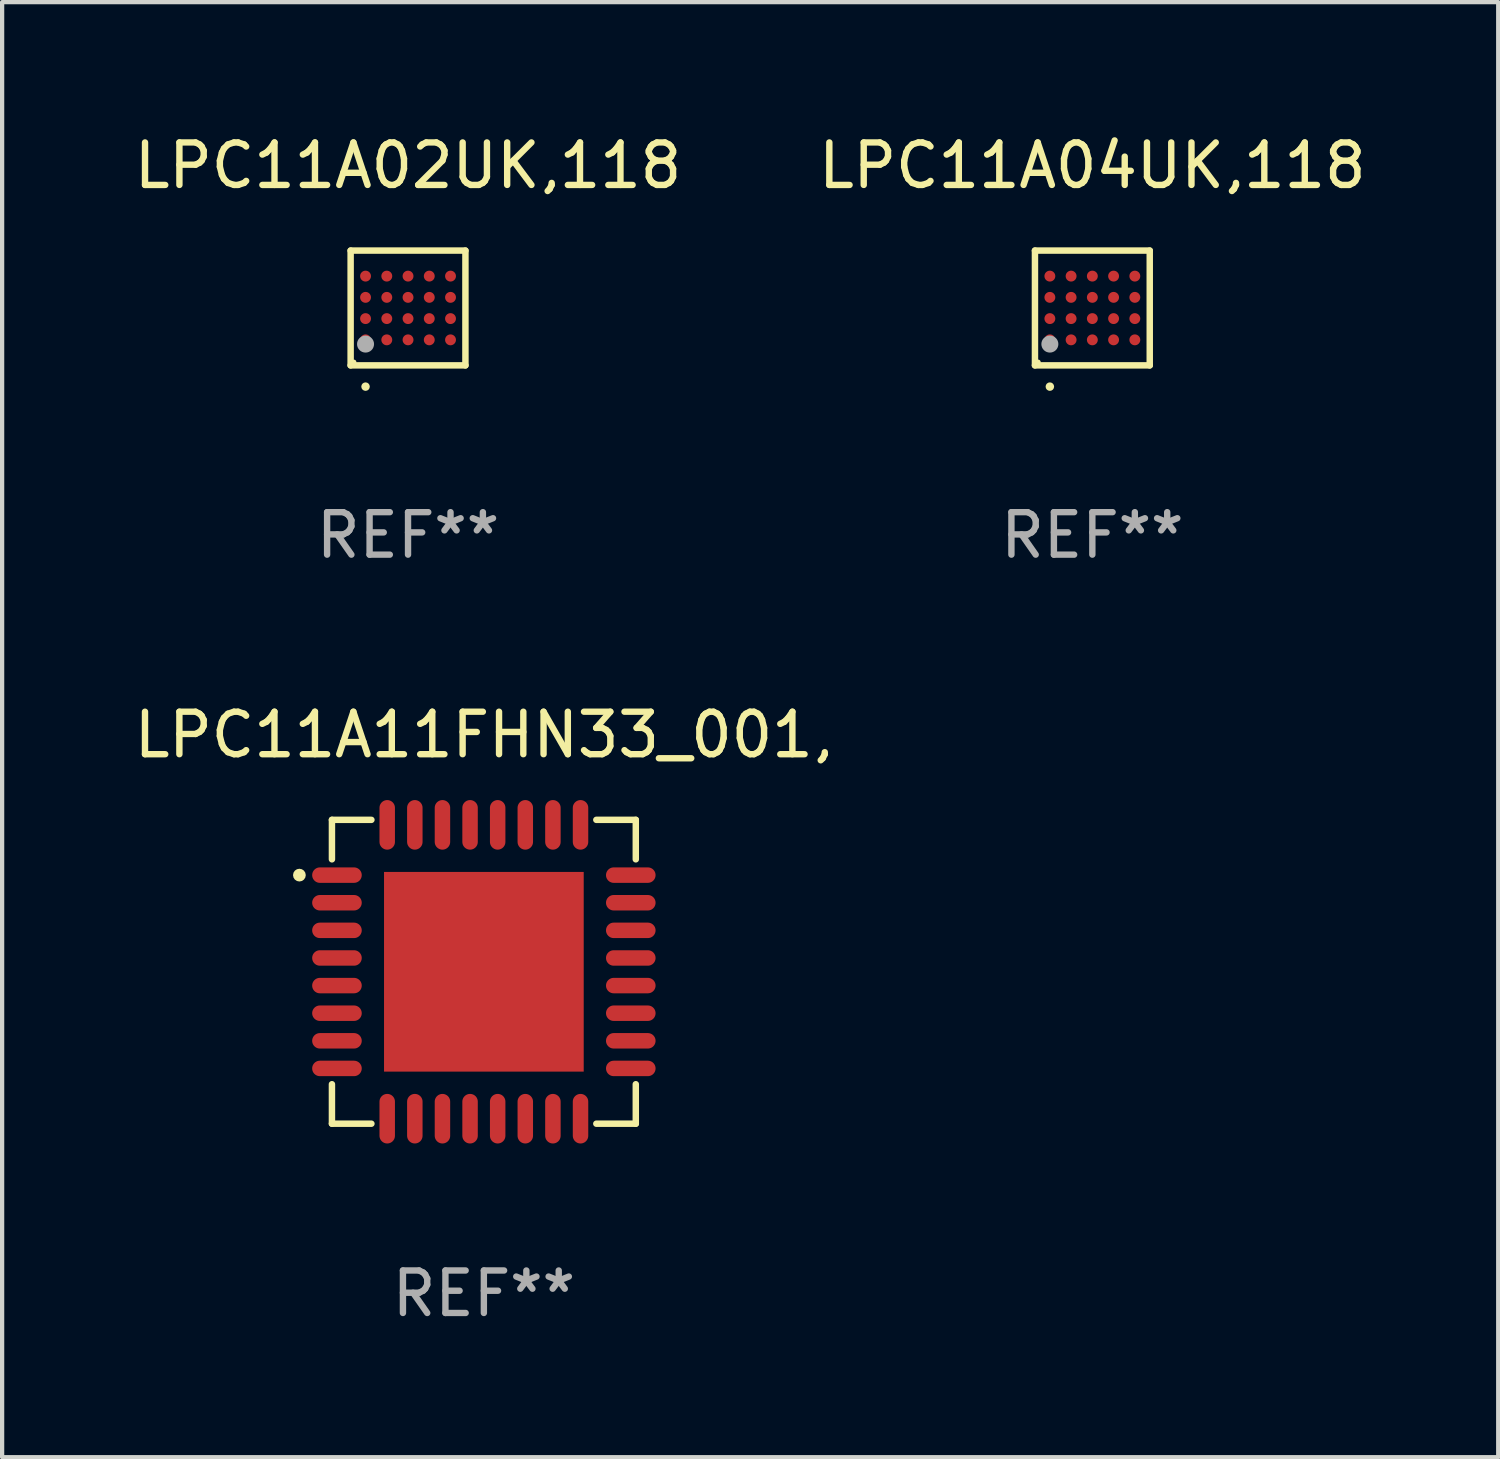
<source format=kicad_pcb>
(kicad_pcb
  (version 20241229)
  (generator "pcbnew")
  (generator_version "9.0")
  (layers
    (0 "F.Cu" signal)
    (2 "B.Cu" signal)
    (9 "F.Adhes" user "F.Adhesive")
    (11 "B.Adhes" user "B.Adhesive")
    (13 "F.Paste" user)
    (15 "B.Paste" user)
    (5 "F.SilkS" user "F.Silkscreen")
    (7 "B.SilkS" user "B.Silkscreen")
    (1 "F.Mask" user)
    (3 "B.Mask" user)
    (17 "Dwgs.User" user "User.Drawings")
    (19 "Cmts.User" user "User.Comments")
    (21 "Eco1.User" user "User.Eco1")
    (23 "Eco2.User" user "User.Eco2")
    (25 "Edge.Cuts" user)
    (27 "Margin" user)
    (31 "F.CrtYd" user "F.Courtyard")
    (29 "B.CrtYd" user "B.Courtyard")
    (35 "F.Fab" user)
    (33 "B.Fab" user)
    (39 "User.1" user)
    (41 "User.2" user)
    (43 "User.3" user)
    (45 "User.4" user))
  (footprint "LPC11A02UK,118"
    (layer "F.Cu")
    (at 6.554 4.199)
    (property "Reference" "LPC11A02UK,118" (at 0 -3.351 0) (layer "F.SilkS") (effects (font (size 1 1) (thickness 0.15))))
    (attr through_hole)
    (fp_line (start -1.351 -1.351) (end 1.351 -1.351) (stroke (width 0.152) (type solid)) (layer "F.SilkS"))
    (fp_line (start -1.351 1.351) (end -1.351 -1.351) (stroke (width 0.152) (type solid)) (layer "F.SilkS"))
    (fp_line (start 1.351 -1.351) (end 1.351 1.351) (stroke (width 0.152) (type solid)) (layer "F.SilkS"))
    (fp_line (start 1.351 1.351) (end -1.351 1.351) (stroke (width 0.152) (type solid)) (layer "F.SilkS"))
    (fp_circle (center -1.275 1.275) (end -1.245 1.275) (stroke (width 0.06) (type solid)) (fill no) (layer "F.SilkS"))
    (fp_circle (center -1 1.851) (end -0.95 1.851) (stroke (width 0.1) (type solid)) (fill no) (layer "F.SilkS"))
    (fp_circle (center -1 0.85) (end -0.9 0.85) (stroke (width 0.2) (type solid)) (fill no) (layer "F.Fab"))
    (fp_text user "REF**" (at 0 5.351 0) (layer "F.Fab") (effects (font (size 1 1) (thickness 0.15))))
    (pad "A1" smd circle (at -1 0.75) (size 0.256 0.256) (layers "F.Cu" "F.Mask" "F.Paste"))
    (pad "A2" smd circle (at -1 0.25) (size 0.256 0.256) (layers "F.Cu" "F.Mask" "F.Paste"))
    (pad "A3" smd circle (at -1 -0.25) (size 0.256 0.256) (layers "F.Cu" "F.Mask" "F.Paste"))
    (pad "A4" smd circle (at -1 -0.75) (size 0.256 0.256) (layers "F.Cu" "F.Mask" "F.Paste"))
    (pad "B1" smd circle (at -0.5 0.75) (size 0.256 0.256) (layers "F.Cu" "F.Mask" "F.Paste"))
    (pad "B2" smd circle (at -0.5 0.25) (size 0.256 0.256) (layers "F.Cu" "F.Mask" "F.Paste"))
    (pad "B3" smd circle (at -0.5 -0.25) (size 0.256 0.256) (layers "F.Cu" "F.Mask" "F.Paste"))
    (pad "B4" smd circle (at -0.5 -0.75) (size 0.256 0.256) (layers "F.Cu" "F.Mask" "F.Paste"))
    (pad "C1" smd circle (at 0 0.75) (size 0.256 0.256) (layers "F.Cu" "F.Mask" "F.Paste"))
    (pad "C2" smd circle (at 0 0.25) (size 0.256 0.256) (layers "F.Cu" "F.Mask" "F.Paste"))
    (pad "C3" smd circle (at 0 -0.25) (size 0.256 0.256) (layers "F.Cu" "F.Mask" "F.Paste"))
    (pad "C4" smd circle (at 0 -0.75) (size 0.256 0.256) (layers "F.Cu" "F.Mask" "F.Paste"))
    (pad "D1" smd circle (at 0.5 0.75) (size 0.256 0.256) (layers "F.Cu" "F.Mask" "F.Paste"))
    (pad "D2" smd circle (at 0.5 0.25) (size 0.256 0.256) (layers "F.Cu" "F.Mask" "F.Paste"))
    (pad "D3" smd circle (at 0.5 -0.25) (size 0.256 0.256) (layers "F.Cu" "F.Mask" "F.Paste"))
    (pad "D4" smd circle (at 0.5 -0.75) (size 0.256 0.256) (layers "F.Cu" "F.Mask" "F.Paste"))
    (pad "E1" smd circle (at 1 0.75) (size 0.256 0.256) (layers "F.Cu" "F.Mask" "F.Paste"))
    (pad "E2" smd circle (at 1 0.25) (size 0.256 0.256) (layers "F.Cu" "F.Mask" "F.Paste"))
    (pad "E3" smd circle (at 1 -0.25) (size 0.256 0.256) (layers "F.Cu" "F.Mask" "F.Paste"))
    (pad "E4" smd circle (at 1 -0.75) (size 0.256 0.256) (layers "F.Cu" "F.Mask" "F.Paste")))
  (footprint "LPC11A04UK,118"
    (layer "F.Cu")
    (at 22.661 4.199)
    (property "Reference" "LPC11A04UK,118" (at 0 -3.351 0) (layer "F.SilkS") (effects (font (size 1 1) (thickness 0.15))))
    (attr through_hole)
    (fp_line (start -1.351 -1.351) (end 1.351 -1.351) (stroke (width 0.152) (type solid)) (layer "F.SilkS"))
    (fp_line (start -1.351 1.351) (end -1.351 -1.351) (stroke (width 0.152) (type solid)) (layer "F.SilkS"))
    (fp_line (start 1.351 -1.351) (end 1.351 1.351) (stroke (width 0.152) (type solid)) (layer "F.SilkS"))
    (fp_line (start 1.351 1.351) (end -1.351 1.351) (stroke (width 0.152) (type solid)) (layer "F.SilkS"))
    (fp_circle (center -1.275 1.275) (end -1.245 1.275) (stroke (width 0.06) (type solid)) (fill no) (layer "F.SilkS"))
    (fp_circle (center -1 1.851) (end -0.95 1.851) (stroke (width 0.1) (type solid)) (fill no) (layer "F.SilkS"))
    (fp_circle (center -1 0.85) (end -0.9 0.85) (stroke (width 0.2) (type solid)) (fill no) (layer "F.Fab"))
    (fp_text user "REF**" (at 0 5.351 0) (layer "F.Fab") (effects (font (size 1 1) (thickness 0.15))))
    (pad "A1" smd circle (at -1 0.75) (size 0.256 0.256) (layers "F.Cu" "F.Mask" "F.Paste"))
    (pad "A2" smd circle (at -1 0.25) (size 0.256 0.256) (layers "F.Cu" "F.Mask" "F.Paste"))
    (pad "A3" smd circle (at -1 -0.25) (size 0.256 0.256) (layers "F.Cu" "F.Mask" "F.Paste"))
    (pad "A4" smd circle (at -1 -0.75) (size 0.256 0.256) (layers "F.Cu" "F.Mask" "F.Paste"))
    (pad "B1" smd circle (at -0.5 0.75) (size 0.256 0.256) (layers "F.Cu" "F.Mask" "F.Paste"))
    (pad "B2" smd circle (at -0.5 0.25) (size 0.256 0.256) (layers "F.Cu" "F.Mask" "F.Paste"))
    (pad "B3" smd circle (at -0.5 -0.25) (size 0.256 0.256) (layers "F.Cu" "F.Mask" "F.Paste"))
    (pad "B4" smd circle (at -0.5 -0.75) (size 0.256 0.256) (layers "F.Cu" "F.Mask" "F.Paste"))
    (pad "C1" smd circle (at 0 0.75) (size 0.256 0.256) (layers "F.Cu" "F.Mask" "F.Paste"))
    (pad "C2" smd circle (at 0 0.25) (size 0.256 0.256) (layers "F.Cu" "F.Mask" "F.Paste"))
    (pad "C3" smd circle (at 0 -0.25) (size 0.256 0.256) (layers "F.Cu" "F.Mask" "F.Paste"))
    (pad "C4" smd circle (at 0 -0.75) (size 0.256 0.256) (layers "F.Cu" "F.Mask" "F.Paste"))
    (pad "D1" smd circle (at 0.5 0.75) (size 0.256 0.256) (layers "F.Cu" "F.Mask" "F.Paste"))
    (pad "D2" smd circle (at 0.5 0.25) (size 0.256 0.256) (layers "F.Cu" "F.Mask" "F.Paste"))
    (pad "D3" smd circle (at 0.5 -0.25) (size 0.256 0.256) (layers "F.Cu" "F.Mask" "F.Paste"))
    (pad "D4" smd circle (at 0.5 -0.75) (size 0.256 0.256) (layers "F.Cu" "F.Mask" "F.Paste"))
    (pad "E1" smd circle (at 1 0.75) (size 0.256 0.256) (layers "F.Cu" "F.Mask" "F.Paste"))
    (pad "E2" smd circle (at 1 0.25) (size 0.256 0.256) (layers "F.Cu" "F.Mask" "F.Paste"))
    (pad "E3" smd circle (at 1 -0.25) (size 0.256 0.256) (layers "F.Cu" "F.Mask" "F.Paste"))
    (pad "E4" smd circle (at 1 -0.75) (size 0.256 0.256) (layers "F.Cu" "F.Mask" "F.Paste")))
  (footprint "LPC11A11FHN33_001,"
    (layer "F.Cu")
    (at 8.339 19.823)
    (property "Reference" "LPC11A11FHN33_001," (at 0 -5.576 0) (layer "F.SilkS") (effects (font (size 1 1) (thickness 0.15))))
    (attr through_hole)
    (fp_line (start -3.576 -3.576) (end -3.576 -2.647) (stroke (width 0.152) (type solid)) (layer "F.SilkS"))
    (fp_line (start -3.576 3.576) (end -3.576 2.647) (stroke (width 0.152) (type solid)) (layer "F.SilkS"))
    (fp_line (start -2.647 -3.576) (end -3.576 -3.576) (stroke (width 0.152) (type solid)) (layer "F.SilkS"))
    (fp_line (start -2.647 3.576) (end -3.576 3.576) (stroke (width 0.152) (type solid)) (layer "F.SilkS"))
    (fp_line (start 2.647 -3.576) (end 3.576 -3.576) (stroke (width 0.152) (type solid)) (layer "F.SilkS"))
    (fp_line (start 2.647 3.576) (end 3.576 3.576) (stroke (width 0.152) (type solid)) (layer "F.SilkS"))
    (fp_line (start 3.576 -3.576) (end 3.576 -2.647) (stroke (width 0.152) (type solid)) (layer "F.SilkS"))
    (fp_line (start 3.576 3.576) (end 3.576 2.647) (stroke (width 0.152) (type solid)) (layer "F.SilkS"))
    (fp_circle (center -4.342 -2.275) (end -4.267 -2.275) (stroke (width 0.15) (type solid)) (fill no) (layer "F.SilkS"))
    (fp_text user "REF**" (at 0 7.576 0) (layer "F.Fab") (effects (font (size 1 1) (thickness 0.15))))
    (pad "1" smd oval (at -3.458 -2.275 270) (size 0.364 1.167) (layers "F.Cu" "F.Mask" "F.Paste"))
    (pad "2" smd oval (at -3.458 -1.625 270) (size 0.364 1.167) (layers "F.Cu" "F.Mask" "F.Paste"))
    (pad "3" smd oval (at -3.458 -0.975 270) (size 0.364 1.167) (layers "F.Cu" "F.Mask" "F.Paste"))
    (pad "4" smd oval (at -3.458 -0.325 270) (size 0.364 1.167) (layers "F.Cu" "F.Mask" "F.Paste"))
    (pad "5" smd oval (at -3.458 0.325 270) (size 0.364 1.167) (layers "F.Cu" "F.Mask" "F.Paste"))
    (pad "6" smd oval (at -3.458 0.975 270) (size 0.364 1.167) (layers "F.Cu" "F.Mask" "F.Paste"))
    (pad "7" smd oval (at -3.458 1.625 270) (size 0.364 1.167) (layers "F.Cu" "F.Mask" "F.Paste"))
    (pad "8" smd oval (at -3.458 2.275 270) (size 0.364 1.167) (layers "F.Cu" "F.Mask" "F.Paste"))
    (pad "9" smd oval (at -2.275 3.458 270) (size 1.167 0.364) (layers "F.Cu" "F.Mask" "F.Paste"))
    (pad "10" smd oval (at -1.625 3.458 270) (size 1.167 0.364) (layers "F.Cu" "F.Mask" "F.Paste"))
    (pad "11" smd oval (at -0.975 3.458 270) (size 1.167 0.364) (layers "F.Cu" "F.Mask" "F.Paste"))
    (pad "12" smd oval (at -0.325 3.458 270) (size 1.167 0.364) (layers "F.Cu" "F.Mask" "F.Paste"))
    (pad "13" smd oval (at 0.325 3.458 270) (size 1.167 0.364) (layers "F.Cu" "F.Mask" "F.Paste"))
    (pad "14" smd oval (at 0.975 3.458 270) (size 1.167 0.364) (layers "F.Cu" "F.Mask" "F.Paste"))
    (pad "15" smd oval (at 1.625 3.458 270) (size 1.167 0.364) (layers "F.Cu" "F.Mask" "F.Paste"))
    (pad "16" smd oval (at 2.275 3.458 270) (size 1.167 0.364) (layers "F.Cu" "F.Mask" "F.Paste"))
    (pad "17" smd oval (at 3.458 2.275 270) (size 0.364 1.167) (layers "F.Cu" "F.Mask" "F.Paste"))
    (pad "18" smd oval (at 3.458 1.625 270) (size 0.364 1.167) (layers "F.Cu" "F.Mask" "F.Paste"))
    (pad "19" smd oval (at 3.458 0.975 270) (size 0.364 1.167) (layers "F.Cu" "F.Mask" "F.Paste"))
    (pad "20" smd oval (at 3.458 0.325 270) (size 0.364 1.167) (layers "F.Cu" "F.Mask" "F.Paste"))
    (pad "21" smd oval (at 3.458 -0.325 270) (size 0.364 1.167) (layers "F.Cu" "F.Mask" "F.Paste"))
    (pad "22" smd oval (at 3.458 -0.975 270) (size 0.364 1.167) (layers "F.Cu" "F.Mask" "F.Paste"))
    (pad "23" smd oval (at 3.458 -1.625 270) (size 0.364 1.167) (layers "F.Cu" "F.Mask" "F.Paste"))
    (pad "24" smd oval (at 3.458 -2.275 270) (size 0.364 1.167) (layers "F.Cu" "F.Mask" "F.Paste"))
    (pad "25" smd oval (at 2.275 -3.458 270) (size 1.167 0.364) (layers "F.Cu" "F.Mask" "F.Paste"))
    (pad "26" smd oval (at 1.625 -3.458 270) (size 1.167 0.364) (layers "F.Cu" "F.Mask" "F.Paste"))
    (pad "27" smd oval (at 0.975 -3.458 270) (size 1.167 0.364) (layers "F.Cu" "F.Mask" "F.Paste"))
    (pad "28" smd oval (at 0.325 -3.458 270) (size 1.167 0.364) (layers "F.Cu" "F.Mask" "F.Paste"))
    (pad "29" smd oval (at -0.325 -3.458 270) (size 1.167 0.364) (layers "F.Cu" "F.Mask" "F.Paste"))
    (pad "30" smd oval (at -0.975 -3.458 270) (size 1.167 0.364) (layers "F.Cu" "F.Mask" "F.Paste"))
    (pad "31" smd oval (at -1.625 -3.458 270) (size 1.167 0.364) (layers "F.Cu" "F.Mask" "F.Paste"))
    (pad "32" smd oval (at -2.275 -3.458 270) (size 1.167 0.364) (layers "F.Cu" "F.Mask" "F.Paste"))
    (pad "33" smd rect (at 0 0 270) (size 4.7 4.7) (layers "F.Cu" "F.Mask" "F.Paste")))
  (gr_rect
    (start -3 -3)
    (end 32.214 31.248)
    (stroke (width 0.1) (type default))
    (fill no)
    (layer "Edge.Cuts")))
</source>
